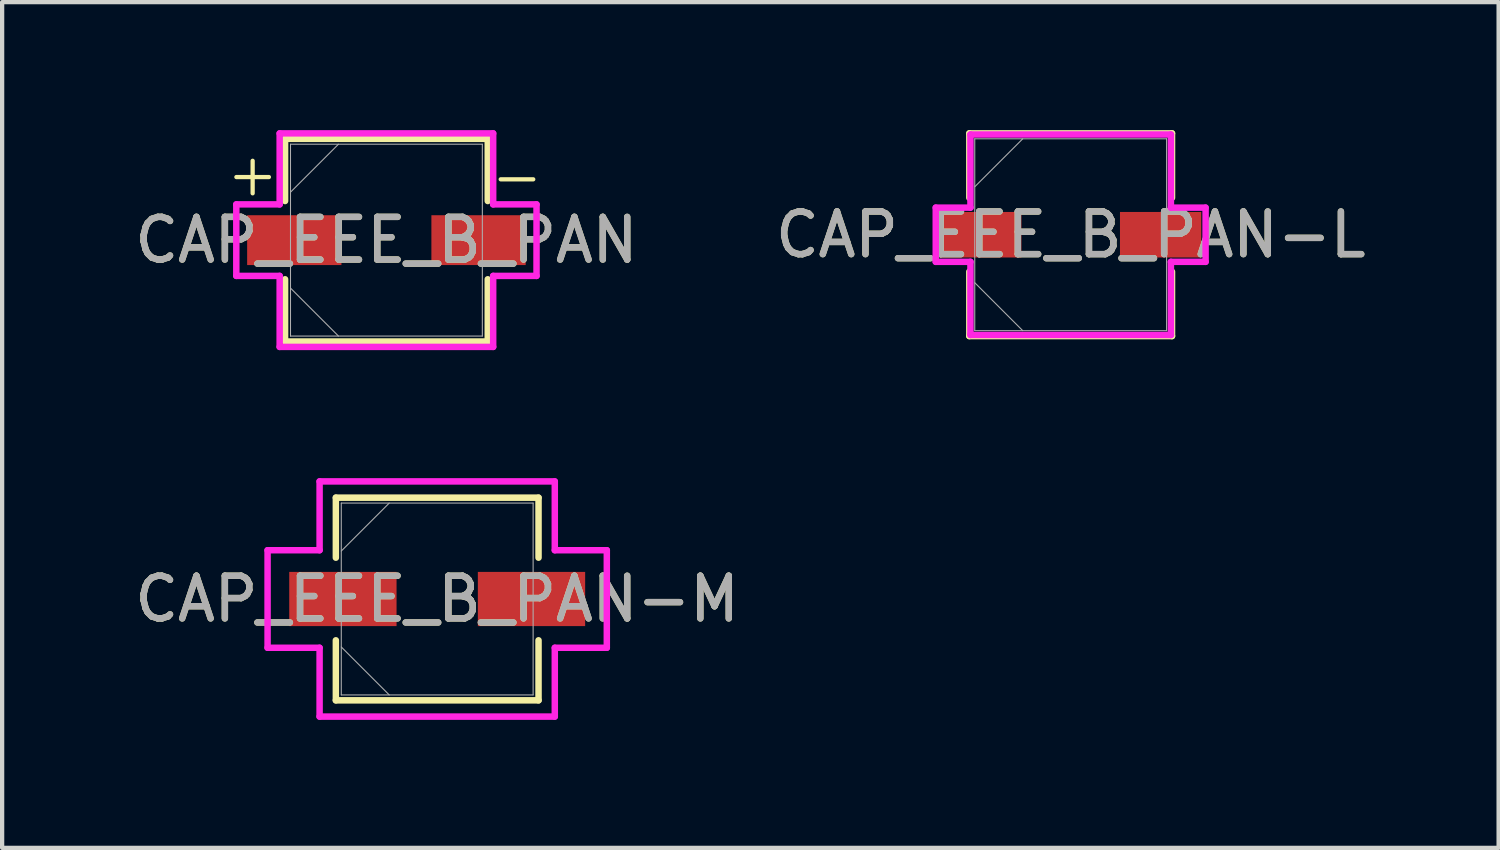
<source format=kicad_pcb>
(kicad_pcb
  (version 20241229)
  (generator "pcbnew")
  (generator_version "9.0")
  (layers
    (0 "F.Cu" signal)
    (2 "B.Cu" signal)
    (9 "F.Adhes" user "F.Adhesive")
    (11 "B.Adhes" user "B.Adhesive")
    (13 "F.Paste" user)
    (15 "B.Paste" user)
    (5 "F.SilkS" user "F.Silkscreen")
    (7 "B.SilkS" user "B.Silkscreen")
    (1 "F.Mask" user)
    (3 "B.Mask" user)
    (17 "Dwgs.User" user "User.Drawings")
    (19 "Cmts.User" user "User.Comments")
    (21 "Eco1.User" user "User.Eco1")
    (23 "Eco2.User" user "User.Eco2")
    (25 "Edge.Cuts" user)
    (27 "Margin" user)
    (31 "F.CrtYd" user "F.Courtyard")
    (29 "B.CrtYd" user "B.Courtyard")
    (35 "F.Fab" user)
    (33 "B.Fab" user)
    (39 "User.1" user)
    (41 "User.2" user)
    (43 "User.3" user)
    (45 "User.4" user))
  (footprint "CAP_EEE_B_PAN"
    (layer "F.Cu")
    (at 6.006 2.578)
    (property "Reference" "CAP_EEE_B_PAN" (at 0 0 0) (unlocked yes) (layer "F.SilkS") (effects (font (size 1 1) (thickness 0.15))))
    (attr smd)
    (fp_line (start -2.375 -2.375) (end -2.375 -0.917) (stroke (width 0.152) (type solid)) (layer "F.SilkS"))
    (fp_line (start -2.375 0.917) (end -2.375 2.375) (stroke (width 0.152) (type solid)) (layer "F.SilkS"))
    (fp_line (start -2.375 2.375) (end 2.375 2.375) (stroke (width 0.152) (type solid)) (layer "F.SilkS"))
    (fp_line (start 2.375 -2.375) (end -2.375 -2.375) (stroke (width 0.152) (type solid)) (layer "F.SilkS"))
    (fp_line (start 2.375 -0.917) (end 2.375 -2.375) (stroke (width 0.152) (type solid)) (layer "F.SilkS"))
    (fp_line (start 2.375 2.375) (end 2.375 0.917) (stroke (width 0.152) (type solid)) (layer "F.SilkS"))
    (fp_line (start -3.518 -0.838) (end -2.502 -0.838) (stroke (width 0.152) (type solid)) (layer "F.CrtYd"))
    (fp_line (start -3.518 0.838) (end -3.518 -0.838) (stroke (width 0.152) (type solid)) (layer "F.CrtYd"))
    (fp_line (start -2.502 -2.502) (end 2.502 -2.502) (stroke (width 0.152) (type solid)) (layer "F.CrtYd"))
    (fp_line (start -2.502 -0.838) (end -2.502 -2.502) (stroke (width 0.152) (type solid)) (layer "F.CrtYd"))
    (fp_line (start -2.502 0.838) (end -3.518 0.838) (stroke (width 0.152) (type solid)) (layer "F.CrtYd"))
    (fp_line (start -2.502 2.502) (end -2.502 0.838) (stroke (width 0.152) (type solid)) (layer "F.CrtYd"))
    (fp_line (start 2.502 -2.502) (end 2.502 -0.838) (stroke (width 0.152) (type solid)) (layer "F.CrtYd"))
    (fp_line (start 2.502 -0.838) (end 3.518 -0.838) (stroke (width 0.152) (type solid)) (layer "F.CrtYd"))
    (fp_line (start 2.502 0.838) (end 2.502 2.502) (stroke (width 0.152) (type solid)) (layer "F.CrtYd"))
    (fp_line (start 2.502 2.502) (end -2.502 2.502) (stroke (width 0.152) (type solid)) (layer "F.CrtYd"))
    (fp_line (start 3.518 -0.838) (end 3.518 0.838) (stroke (width 0.152) (type solid)) (layer "F.CrtYd"))
    (fp_line (start 3.518 0.838) (end 2.502 0.838) (stroke (width 0.152) (type solid)) (layer "F.CrtYd"))
    (fp_line (start -2.248 -2.248) (end -2.248 2.248) (stroke (width 0.025) (type solid)) (layer "F.Fab"))
    (fp_line (start -2.248 -1.124) (end -1.124 -2.248) (stroke (width 0.025) (type solid)) (layer "F.Fab"))
    (fp_line (start -2.248 1.124) (end -1.124 2.248) (stroke (width 0.025) (type solid)) (layer "F.Fab"))
    (fp_line (start -2.248 2.248) (end 2.248 2.248) (stroke (width 0.025) (type solid)) (layer "F.Fab"))
    (fp_line (start 2.248 -2.248) (end -2.248 -2.248) (stroke (width 0.025) (type solid)) (layer "F.Fab"))
    (fp_line (start 2.248 2.248) (end 2.248 -2.248) (stroke (width 0.025) (type solid)) (layer "F.Fab"))
    (fp_text user "+" (at -3.82 -0.97 0) (unlocked yes) (layer "F.SilkS") (effects (font (size 1 1) (thickness 0.1)) (justify left bottom)))
    (fp_text user "-" (at 2.375 -0.917 0) (unlocked yes) (layer "F.SilkS") (effects (font (size 1 1) (thickness 0.1)) (justify left bottom)))
    (fp_text user "${REFERENCE}" (at 0 0 0) (unlocked yes) (layer "F.Fab") (effects (font (size 1 1) (thickness 0.15))))
    (pad "1" smd rect (at -2.159 0) (size 2.21 1.168) (layers "F.Cu" "F.Mask" "F.Paste"))
    (pad "2" smd rect (at 2.159 0) (size 2.21 1.168) (layers "F.Cu" "F.Mask" "F.Paste"))
    (zone (net_name "") (layer "F.Cu") (hatch full 0.508) (connect_pads) (min_thickness 0.254) (filled_areas_thickness no) (keepout (tracks not_allowed) (vias not_allowed) (pads allowed) (copperpour not_allowed) (footprints allowed)) (placement (enabled no)) (fill) (polygon (pts (xy 3.809 0.381) (xy 8.203 0.381) (xy 8.203 1.943) (xy 3.809 1.943))))
    (zone (net_name "") (layer "F.Cu") (hatch full 0.508) (connect_pads) (min_thickness 0.254) (filled_areas_thickness no) (keepout (tracks not_allowed) (vias not_allowed) (pads allowed) (copperpour not_allowed) (footprints allowed)) (placement (enabled no)) (fill) (polygon (pts (xy 3.809 3.213) (xy 8.203 3.213) (xy 8.203 4.775) (xy 3.809 4.775))))
    (zone (net_name "") (layer "F.Cu") (hatch full 0.508) (connect_pads) (min_thickness 0.254) (filled_areas_thickness no) (keepout (tracks not_allowed) (vias not_allowed) (pads allowed) (copperpour not_allowed) (footprints allowed)) (placement (enabled no)) (fill) (polygon (pts (xy 5.003 1.943) (xy 7.009 1.943) (xy 7.009 3.213) (xy 5.003 3.213)))))
  (footprint "CAP_EEE_B_PAN-L"
    (layer "F.Cu")
    (at 22.042 2.451)
    (property "Reference" "CAP_EEE_B_PAN-L" (at 0 0 0) (unlocked yes) (layer "F.SilkS") (effects (font (size 1 1) (thickness 0.15))))
    (attr smd)
    (fp_line (start -2.375 -2.375) (end -2.375 -0.866) (stroke (width 0.152) (type solid)) (layer "F.SilkS"))
    (fp_line (start -2.375 0.866) (end -2.375 2.375) (stroke (width 0.152) (type solid)) (layer "F.SilkS"))
    (fp_line (start -2.375 2.375) (end 2.375 2.375) (stroke (width 0.152) (type solid)) (layer "F.SilkS"))
    (fp_line (start 2.375 -2.375) (end -2.375 -2.375) (stroke (width 0.152) (type solid)) (layer "F.SilkS"))
    (fp_line (start 2.375 -0.866) (end 2.375 -2.375) (stroke (width 0.152) (type solid)) (layer "F.SilkS"))
    (fp_line (start 2.375 2.375) (end 2.375 0.866) (stroke (width 0.152) (type solid)) (layer "F.SilkS"))
    (fp_line (start -3.162 -0.635) (end -2.349 -0.635) (stroke (width 0.152) (type solid)) (layer "F.CrtYd"))
    (fp_line (start -3.162 0.635) (end -3.162 -0.635) (stroke (width 0.152) (type solid)) (layer "F.CrtYd"))
    (fp_line (start -2.349 -2.349) (end 2.349 -2.349) (stroke (width 0.152) (type solid)) (layer "F.CrtYd"))
    (fp_line (start -2.349 -0.635) (end -2.349 -2.349) (stroke (width 0.152) (type solid)) (layer "F.CrtYd"))
    (fp_line (start -2.349 0.635) (end -3.162 0.635) (stroke (width 0.152) (type solid)) (layer "F.CrtYd"))
    (fp_line (start -2.349 2.349) (end -2.349 0.635) (stroke (width 0.152) (type solid)) (layer "F.CrtYd"))
    (fp_line (start 2.349 -2.349) (end 2.349 -0.635) (stroke (width 0.152) (type solid)) (layer "F.CrtYd"))
    (fp_line (start 2.349 -0.635) (end 3.162 -0.635) (stroke (width 0.152) (type solid)) (layer "F.CrtYd"))
    (fp_line (start 2.349 0.635) (end 2.349 2.349) (stroke (width 0.152) (type solid)) (layer "F.CrtYd"))
    (fp_line (start 2.349 2.349) (end -2.349 2.349) (stroke (width 0.152) (type solid)) (layer "F.CrtYd"))
    (fp_line (start 3.162 -0.635) (end 3.162 0.635) (stroke (width 0.152) (type solid)) (layer "F.CrtYd"))
    (fp_line (start 3.162 0.635) (end 2.349 0.635) (stroke (width 0.152) (type solid)) (layer "F.CrtYd"))
    (fp_line (start -2.248 -2.248) (end -2.248 2.248) (stroke (width 0.025) (type solid)) (layer "F.Fab"))
    (fp_line (start -2.248 -1.124) (end -1.124 -2.248) (stroke (width 0.025) (type solid)) (layer "F.Fab"))
    (fp_line (start -2.248 1.124) (end -1.124 2.248) (stroke (width 0.025) (type solid)) (layer "F.Fab"))
    (fp_line (start -2.248 2.248) (end 2.248 2.248) (stroke (width 0.025) (type solid)) (layer "F.Fab"))
    (fp_line (start 2.248 -2.248) (end -2.248 -2.248) (stroke (width 0.025) (type solid)) (layer "F.Fab"))
    (fp_line (start 2.248 2.248) (end 2.248 -2.248) (stroke (width 0.025) (type solid)) (layer "F.Fab"))
    (fp_text user "${REFERENCE}" (at 0 0 0) (unlocked yes) (layer "F.Fab") (effects (font (size 1 1) (thickness 0.15))))
    (pad "1" smd rect (at -2.108 0) (size 1.905 1.067) (layers "F.Cu" "F.Mask" "F.Paste"))
    (pad "2" smd rect (at 2.108 0) (size 1.905 1.067) (layers "F.Cu" "F.Mask" "F.Paste"))
    (zone (net_name "") (layer "F.Cu") (hatch full 0.508) (connect_pads) (min_thickness 0.254) (filled_areas_thickness no) (keepout (tracks not_allowed) (vias not_allowed) (pads allowed) (copperpour not_allowed) (footprints allowed)) (placement (enabled no)) (fill) (polygon (pts (xy 19.845 0.254) (xy 24.239 0.254) (xy 24.239 1.867) (xy 19.845 1.867))))
    (zone (net_name "") (layer "F.Cu") (hatch full 0.508) (connect_pads) (min_thickness 0.254) (filled_areas_thickness no) (keepout (tracks not_allowed) (vias not_allowed) (pads allowed) (copperpour not_allowed) (footprints allowed)) (placement (enabled no)) (fill) (polygon (pts (xy 19.845 3.035) (xy 24.239 3.035) (xy 24.239 4.648) (xy 19.845 4.648))))
    (zone (net_name "") (layer "F.Cu") (hatch full 0.508) (connect_pads) (min_thickness 0.254) (filled_areas_thickness no) (keepout (tracks not_allowed) (vias not_allowed) (pads allowed) (copperpour not_allowed) (footprints allowed)) (placement (enabled no)) (fill) (polygon (pts (xy 20.937 1.867) (xy 23.147 1.867) (xy 23.147 3.035) (xy 20.937 3.035)))))
  (footprint "CAP_EEE_B_PAN-M"
    (layer "F.Cu")
    (at 7.196 10.988)
    (property "Reference" "CAP_EEE_B_PAN-M" (at 0 0 0) (unlocked yes) (layer "F.SilkS") (effects (font (size 1 1) (thickness 0.15))))
    (attr smd)
    (fp_line (start -2.375 -2.375) (end -2.375 -0.968) (stroke (width 0.152) (type solid)) (layer "F.SilkS"))
    (fp_line (start -2.375 0.968) (end -2.375 2.375) (stroke (width 0.152) (type solid)) (layer "F.SilkS"))
    (fp_line (start -2.375 2.375) (end 2.375 2.375) (stroke (width 0.152) (type solid)) (layer "F.SilkS"))
    (fp_line (start 2.375 -2.375) (end -2.375 -2.375) (stroke (width 0.152) (type solid)) (layer "F.SilkS"))
    (fp_line (start 2.375 -0.968) (end 2.375 -2.375) (stroke (width 0.152) (type solid)) (layer "F.SilkS"))
    (fp_line (start 2.375 2.375) (end 2.375 0.968) (stroke (width 0.152) (type solid)) (layer "F.SilkS"))
    (fp_line (start -3.975 -1.143) (end -2.756 -1.143) (stroke (width 0.152) (type solid)) (layer "F.CrtYd"))
    (fp_line (start -3.975 1.143) (end -3.975 -1.143) (stroke (width 0.152) (type solid)) (layer "F.CrtYd"))
    (fp_line (start -2.756 -2.756) (end 2.756 -2.756) (stroke (width 0.152) (type solid)) (layer "F.CrtYd"))
    (fp_line (start -2.756 -1.143) (end -2.756 -2.756) (stroke (width 0.152) (type solid)) (layer "F.CrtYd"))
    (fp_line (start -2.756 1.143) (end -3.975 1.143) (stroke (width 0.152) (type solid)) (layer "F.CrtYd"))
    (fp_line (start -2.756 2.756) (end -2.756 1.143) (stroke (width 0.152) (type solid)) (layer "F.CrtYd"))
    (fp_line (start 2.756 -2.756) (end 2.756 -1.143) (stroke (width 0.152) (type solid)) (layer "F.CrtYd"))
    (fp_line (start 2.756 -1.143) (end 3.975 -1.143) (stroke (width 0.152) (type solid)) (layer "F.CrtYd"))
    (fp_line (start 2.756 1.143) (end 2.756 2.756) (stroke (width 0.152) (type solid)) (layer "F.CrtYd"))
    (fp_line (start 2.756 2.756) (end -2.756 2.756) (stroke (width 0.152) (type solid)) (layer "F.CrtYd"))
    (fp_line (start 3.975 -1.143) (end 3.975 1.143) (stroke (width 0.152) (type solid)) (layer "F.CrtYd"))
    (fp_line (start 3.975 1.143) (end 2.756 1.143) (stroke (width 0.152) (type solid)) (layer "F.CrtYd"))
    (fp_line (start -2.248 -2.248) (end -2.248 2.248) (stroke (width 0.025) (type solid)) (layer "F.Fab"))
    (fp_line (start -2.248 -1.124) (end -1.124 -2.248) (stroke (width 0.025) (type solid)) (layer "F.Fab"))
    (fp_line (start -2.248 1.124) (end -1.124 2.248) (stroke (width 0.025) (type solid)) (layer "F.Fab"))
    (fp_line (start -2.248 2.248) (end 2.248 2.248) (stroke (width 0.025) (type solid)) (layer "F.Fab"))
    (fp_line (start 2.248 -2.248) (end -2.248 -2.248) (stroke (width 0.025) (type solid)) (layer "F.Fab"))
    (fp_line (start 2.248 2.248) (end 2.248 -2.248) (stroke (width 0.025) (type solid)) (layer "F.Fab"))
    (fp_text user "${REFERENCE}" (at 0 0 0) (unlocked yes) (layer "F.Fab") (effects (font (size 1 1) (thickness 0.15))))
    (pad "1" smd rect (at -2.21 0) (size 2.515 1.27) (layers "F.Cu" "F.Mask" "F.Paste"))
    (pad "2" smd rect (at 2.21 0) (size 2.515 1.27) (layers "F.Cu" "F.Mask" "F.Paste"))
    (zone (net_name "") (layer "F.Cu") (hatch full 0.508) (connect_pads) (min_thickness 0.254) (filled_areas_thickness no) (keepout (tracks not_allowed) (vias not_allowed) (pads allowed) (copperpour not_allowed) (footprints allowed)) (placement (enabled no)) (fill) (polygon (pts (xy 4.999 8.791) (xy 9.394 8.791) (xy 9.394 10.303) (xy 4.999 10.303))))
    (zone (net_name "") (layer "F.Cu") (hatch full 0.508) (connect_pads) (min_thickness 0.254) (filled_areas_thickness no) (keepout (tracks not_allowed) (vias not_allowed) (pads allowed) (copperpour not_allowed) (footprints allowed)) (placement (enabled no)) (fill) (polygon (pts (xy 4.999 11.674) (xy 9.394 11.674) (xy 9.394 13.185) (xy 4.999 13.185))))
    (zone (net_name "") (layer "F.Cu") (hatch full 0.508) (connect_pads) (min_thickness 0.254) (filled_areas_thickness no) (keepout (tracks not_allowed) (vias not_allowed) (pads allowed) (copperpour not_allowed) (footprints allowed)) (placement (enabled no)) (fill) (polygon (pts (xy 6.295 10.303) (xy 8.098 10.303) (xy 8.098 11.674) (xy 6.295 11.674)))))
  (gr_rect
    (start -3 -3)
    (end 32.071 16.82)
    (stroke (width 0.1) (type default))
    (fill no)
    (layer "Edge.Cuts")))
</source>
